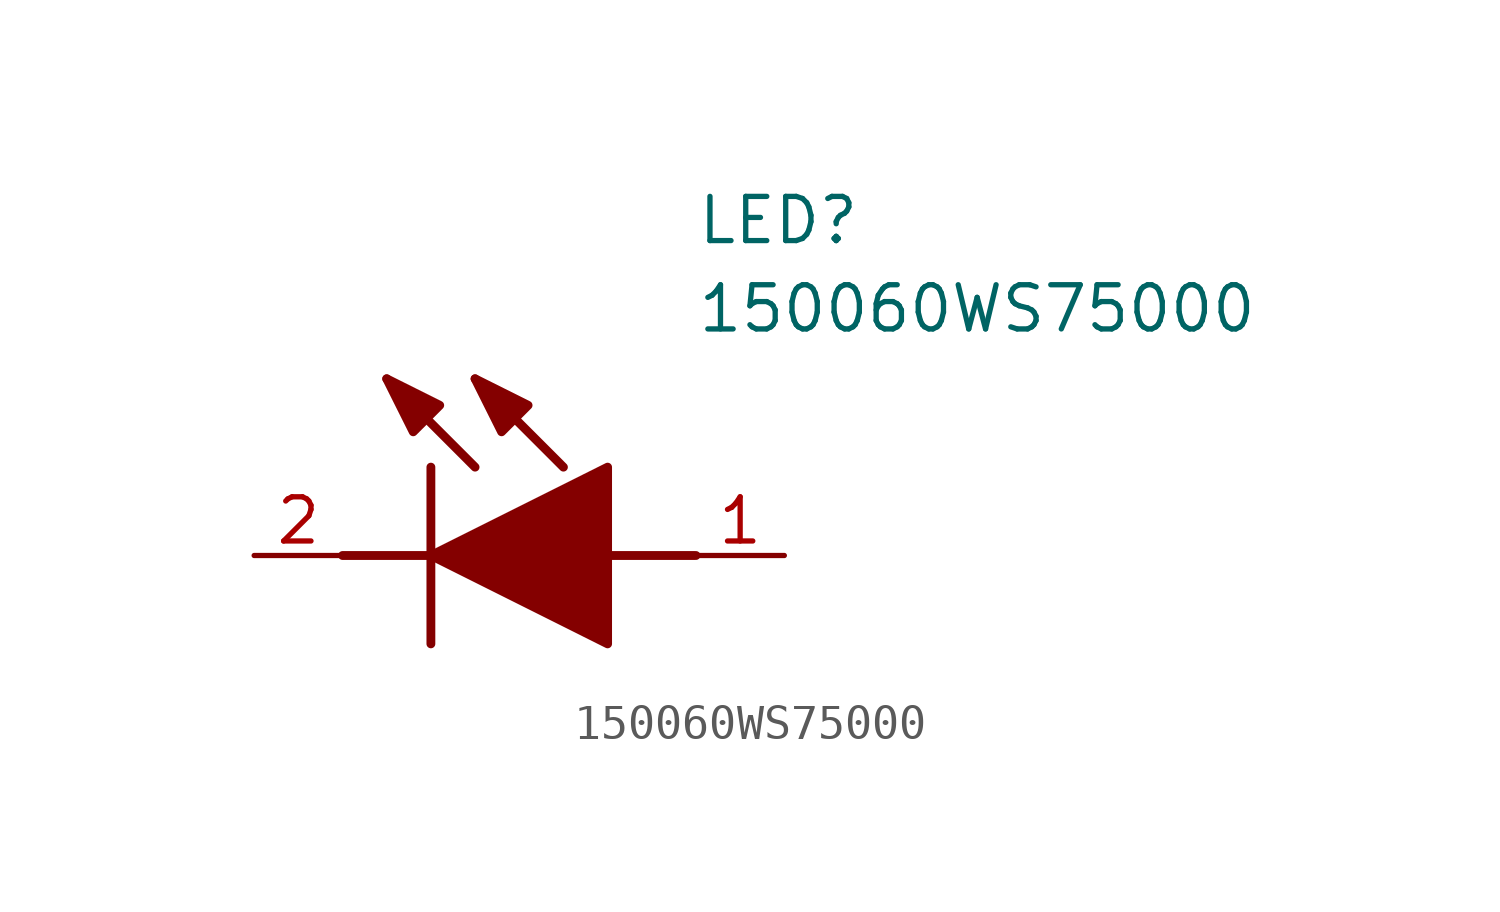
<source format=kicad_sym>
(kicad_symbol_lib
  (version 20211014)
  (generator SamacSys_ECAD_Model)
  (symbol "150060WS75000"
    (pin_names hide)
    (property "Reference" "LED"
      (at 12.7 8.89 0)
      (effects (font (size 1.27 1.27)) (justify left bottom)))
    (property "Value" "150060WS75000"
      (at 12.7 6.35 0)
      (effects (font (size 1.27 1.27)) (justify left bottom)))
    (polyline
      (pts (xy 5.08 2.54) (xy 5.08 -2.54))
      (stroke (width 0.254) (type default))
      (fill (type none)))
    (polyline
      (pts (xy 6.35 2.54) (xy 3.81 5.08))
      (stroke (width 0.254) (type default))
      (fill (type none)))
    (polyline
      (pts (xy 8.89 2.54) (xy 6.35 5.08))
      (stroke (width 0.254) (type default))
      (fill (type none)))
    (polyline
      (pts (xy 2.54 0) (xy 5.08 0))
      (stroke (width 0.254) (type default))
      (fill (type none)))
    (polyline
      (pts (xy 10.16 0) (xy 12.7 0))
      (stroke (width 0.254) (type default))
      (fill (type none)))
    (polyline
      (pts (xy 5.08 0) (xy 10.16 2.54) (xy 10.16 -2.54) (xy 5.08 0))
      (stroke (width 0.254) (type default))
      (fill (type outline)))
    (polyline
      (pts (xy 5.334 4.318) (xy 4.572 3.556) (xy 3.81 5.08) (xy 5.334 4.318))
      (stroke (width 0.254) (type default))
      (fill (type outline)))
    (polyline
      (pts (xy 7.874 4.318) (xy 7.112 3.556) (xy 6.35 5.08) (xy 7.874 4.318))
      (stroke (width 0.254) (type default))
      (fill (type outline)))
    (pin passive line
      (at 0 0 0)
      (length 2.54)
      (name "K" (effects (font (size 1.27 1.27))))
      (number "2" (effects (font (size 1.27 1.27)))))
    (pin passive line
      (at 15.24 0 180)
      (length 2.54)
      (name "A" (effects (font (size 1.27 1.27))))
      (number "1" (effects (font (size 1.27 1.27)))))))
</source>
